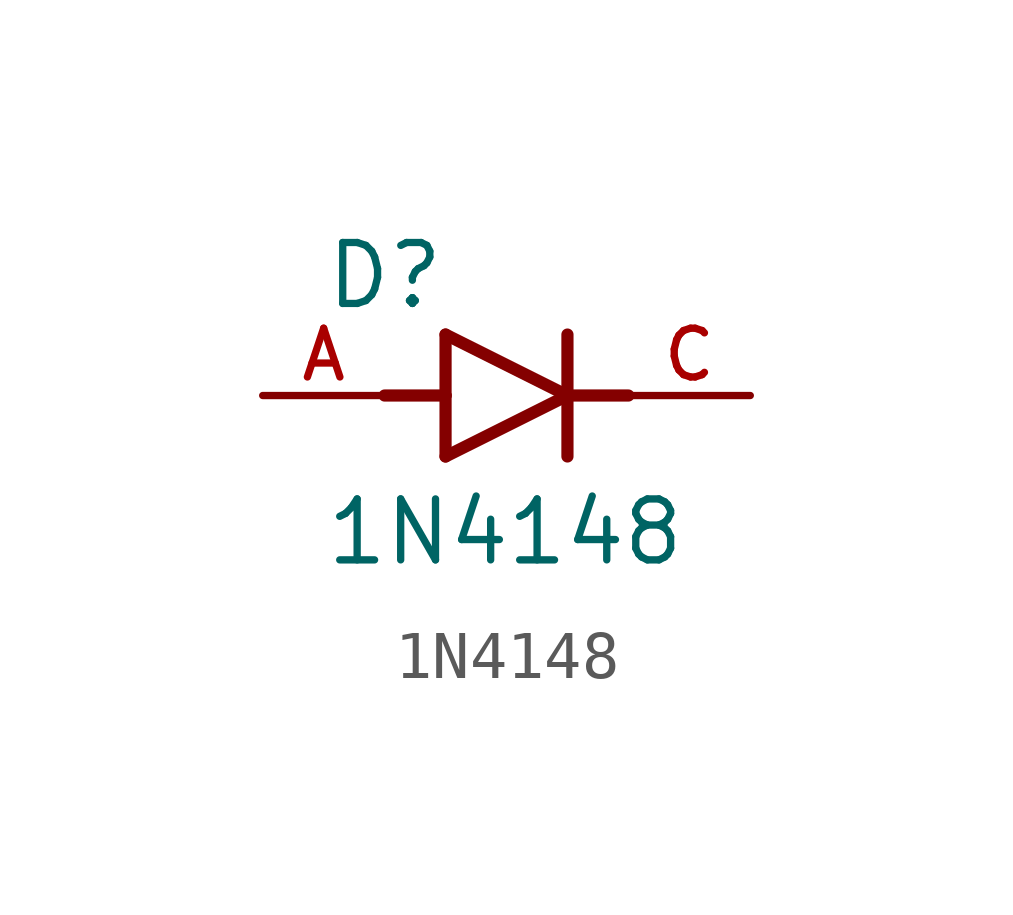
<source format=kicad_sym>
(kicad_symbol_lib
  (version 20211014)
  (generator kicad_symbol_editor)
  (symbol "1N4148"
    (pin_names
      (offset 1.016))
    (property "Reference" "D"
      (at -3.815 1.755 0)
      (effects (font (size 1.27 1.27)) (justify bottom left)))
    (property "Value" "1N4148"
      (at -3.817 -3.588 0)
      (effects (font (size 1.27 1.27)) (justify bottom left)))
    (symbol "1N4148_0_0"
      (polyline (pts (xy -1.27 -1.27) (xy 1.27 0.0)) (stroke (width 0.254)))
      (polyline (pts (xy 1.27 0.0) (xy -1.27 1.27)) (stroke (width 0.254)))
      (polyline (pts (xy 1.27 1.27) (xy 1.27 0.0)) (stroke (width 0.254)))
      (polyline (pts (xy -1.27 1.27) (xy -1.27 0.0)) (stroke (width 0.254)))
      (polyline (pts (xy -1.27 0.0) (xy -1.27 -1.27)) (stroke (width 0.254)))
      (polyline (pts (xy 1.27 0.0) (xy 1.27 -1.27)) (stroke (width 0.254)))
      (polyline (pts (xy -2.54 0.0) (xy -1.27 0.0)) (stroke (width 0.254)))
      (polyline (pts (xy 1.27 0.0) (xy 2.54 0.0)) (stroke (width 0.254)))
      (pin passive line (at -5.08 0.0 0) (length 2.54) (name "~" (effects (font (size 1.016 1.016)))) (number "A" (effects (font (size 1.016 1.016)))))
      (pin passive line (at 5.08 0.0 180.0) (length 2.54) (name "~" (effects (font (size 1.016 1.016)))) (number "C" (effects (font (size 1.016 1.016))))))))
</source>
